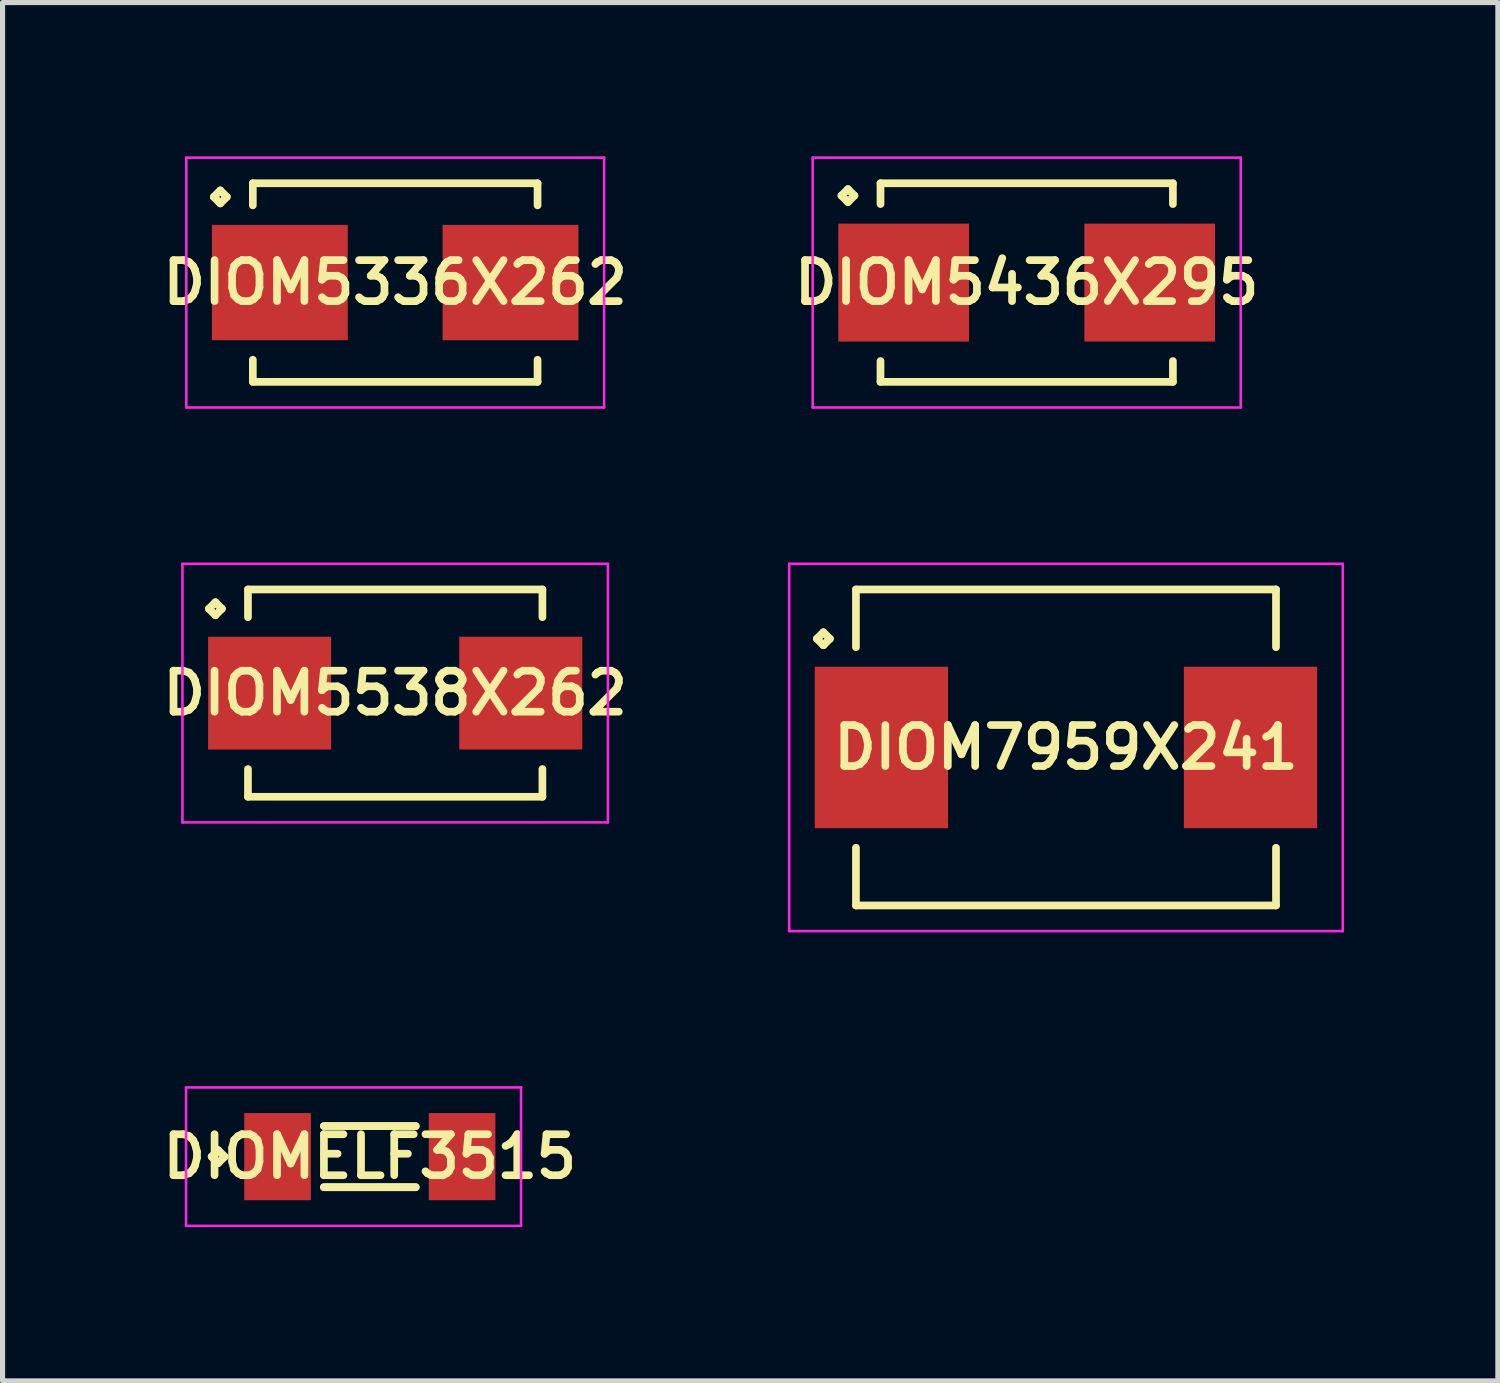
<source format=kicad_pcb>
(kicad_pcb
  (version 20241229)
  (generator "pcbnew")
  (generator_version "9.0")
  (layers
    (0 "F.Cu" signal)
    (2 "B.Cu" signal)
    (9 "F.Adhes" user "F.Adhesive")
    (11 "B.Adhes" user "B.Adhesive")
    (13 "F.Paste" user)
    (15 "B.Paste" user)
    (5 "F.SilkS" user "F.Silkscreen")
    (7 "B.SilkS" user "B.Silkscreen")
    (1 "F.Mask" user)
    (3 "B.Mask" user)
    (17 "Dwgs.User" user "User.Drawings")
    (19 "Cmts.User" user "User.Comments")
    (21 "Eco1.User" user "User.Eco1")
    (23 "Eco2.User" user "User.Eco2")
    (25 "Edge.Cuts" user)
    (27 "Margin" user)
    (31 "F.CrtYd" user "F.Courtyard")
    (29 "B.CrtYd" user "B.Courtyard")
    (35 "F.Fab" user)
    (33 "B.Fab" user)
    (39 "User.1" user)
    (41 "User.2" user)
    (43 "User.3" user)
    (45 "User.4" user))
  (footprint "DIOM5538X262"
    (layer "F.Cu")
    (at 4.659 10.471)
    (property "Reference" "DIOM5538X262" (at 0 0 0) (layer "F.SilkS") (effects (font (size 0.8 0.8) (thickness 0.15))))
    (attr smd)
    (fp_line (start -3.634 -1.646) (end -3.507 -1.773) (stroke (width 0.15) (type solid)) (layer "F.SilkS"))
    (fp_line (start -3.507 -1.773) (end -3.38 -1.646) (stroke (width 0.15) (type solid)) (layer "F.SilkS"))
    (fp_line (start -3.507 -1.519) (end -3.634 -1.646) (stroke (width 0.15) (type solid)) (layer "F.SilkS"))
    (fp_line (start -3.38 -1.646) (end -3.507 -1.519) (stroke (width 0.15) (type solid)) (layer "F.SilkS"))
    (fp_line (start -2.872 -2.022) (end 2.872 -2.022) (stroke (width 0.15) (type solid)) (layer "F.SilkS"))
    (fp_line (start -2.872 -1.481) (end -2.872 -2.022) (stroke (width 0.15) (type solid)) (layer "F.SilkS"))
    (fp_line (start -2.872 1.481) (end -2.872 2.022) (stroke (width 0.15) (type solid)) (layer "F.SilkS"))
    (fp_line (start -2.872 2.022) (end 2.872 2.022) (stroke (width 0.15) (type solid)) (layer "F.SilkS"))
    (fp_line (start 2.872 -2.022) (end 2.872 -1.481) (stroke (width 0.15) (type solid)) (layer "F.SilkS"))
    (fp_line (start 2.872 2.022) (end 2.872 1.481) (stroke (width 0.15) (type solid)) (layer "F.SilkS"))
    (fp_line (start -4.15 -2.522) (end 4.15 -2.522) (stroke (width 0.05) (type solid)) (layer "F.CrtYd"))
    (fp_line (start -4.15 2.522) (end -4.15 -2.522) (stroke (width 0.05) (type solid)) (layer "F.CrtYd"))
    (fp_line (start 4.15 -2.522) (end 4.15 2.522) (stroke (width 0.05) (type solid)) (layer "F.CrtYd"))
    (fp_line (start 4.15 2.522) (end -4.15 2.522) (stroke (width 0.05) (type solid)) (layer "F.CrtYd"))
    (pad "1" smd rect (at -2.45 0) (size 2.4 2.2) (layers "F.Cu" "F.Mask" "F.Paste"))
    (pad "2" smd rect (at 2.45 0) (size 2.4 2.2) (layers "F.Cu" "F.Mask" "F.Paste")))
  (footprint "DIOM7959X241"
    (layer "F.Cu")
    (at 17.744 11.531)
    (property "Reference" "DIOM7959X241" (at 0 0 0) (layer "F.SilkS") (effects (font (size 0.8 0.8) (thickness 0.15))))
    (attr smd)
    (fp_line (start -4.859 -2.121) (end -4.732 -2.248) (stroke (width 0.15) (type solid)) (layer "F.SilkS"))
    (fp_line (start -4.732 -2.248) (end -4.605 -2.121) (stroke (width 0.15) (type solid)) (layer "F.SilkS"))
    (fp_line (start -4.732 -1.994) (end -4.859 -2.121) (stroke (width 0.15) (type solid)) (layer "F.SilkS"))
    (fp_line (start -4.605 -2.121) (end -4.732 -1.994) (stroke (width 0.15) (type solid)) (layer "F.SilkS"))
    (fp_line (start -4.097 -3.082) (end 4.097 -3.082) (stroke (width 0.15) (type solid)) (layer "F.SilkS"))
    (fp_line (start -4.097 -1.956) (end -4.097 -3.082) (stroke (width 0.15) (type solid)) (layer "F.SilkS"))
    (fp_line (start -4.097 1.956) (end -4.097 3.082) (stroke (width 0.15) (type solid)) (layer "F.SilkS"))
    (fp_line (start -4.097 3.082) (end 4.097 3.082) (stroke (width 0.15) (type solid)) (layer "F.SilkS"))
    (fp_line (start 4.097 -3.082) (end 4.097 -1.956) (stroke (width 0.15) (type solid)) (layer "F.SilkS"))
    (fp_line (start 4.097 3.082) (end 4.097 1.956) (stroke (width 0.15) (type solid)) (layer "F.SilkS"))
    (fp_line (start -5.4 -3.582) (end 5.4 -3.582) (stroke (width 0.05) (type solid)) (layer "F.CrtYd"))
    (fp_line (start -5.4 3.582) (end -5.4 -3.582) (stroke (width 0.05) (type solid)) (layer "F.CrtYd"))
    (fp_line (start 5.4 -3.582) (end 5.4 3.582) (stroke (width 0.05) (type solid)) (layer "F.CrtYd"))
    (fp_line (start 5.4 3.582) (end -5.4 3.582) (stroke (width 0.05) (type solid)) (layer "F.CrtYd"))
    (pad "1" smd rect (at -3.6 0) (size 2.6 3.15) (layers "F.Cu" "F.Mask" "F.Paste"))
    (pad "2" smd rect (at 3.6 0) (size 2.6 3.15) (layers "F.Cu" "F.Mask" "F.Paste")))
  (footprint "DIOM5436X295"
    (layer "F.Cu")
    (at 16.978 2.462)
    (property "Reference" "DIOM5436X295" (at 0 0 0) (layer "F.SilkS") (effects (font (size 0.8 0.8) (thickness 0.15))))
    (attr smd)
    (fp_line (start -3.614 -1.696) (end -3.487 -1.823) (stroke (width 0.15) (type solid)) (layer "F.SilkS"))
    (fp_line (start -3.487 -1.823) (end -3.36 -1.696) (stroke (width 0.15) (type solid)) (layer "F.SilkS"))
    (fp_line (start -3.487 -1.569) (end -3.614 -1.696) (stroke (width 0.15) (type solid)) (layer "F.SilkS"))
    (fp_line (start -3.36 -1.696) (end -3.487 -1.569) (stroke (width 0.15) (type solid)) (layer "F.SilkS"))
    (fp_line (start -2.852 -1.937) (end 2.852 -1.937) (stroke (width 0.15) (type solid)) (layer "F.SilkS"))
    (fp_line (start -2.852 -1.531) (end -2.852 -1.937) (stroke (width 0.15) (type solid)) (layer "F.SilkS"))
    (fp_line (start -2.852 1.531) (end -2.852 1.937) (stroke (width 0.15) (type solid)) (layer "F.SilkS"))
    (fp_line (start -2.852 1.937) (end 2.852 1.937) (stroke (width 0.15) (type solid)) (layer "F.SilkS"))
    (fp_line (start 2.852 -1.937) (end 2.852 -1.531) (stroke (width 0.15) (type solid)) (layer "F.SilkS"))
    (fp_line (start 2.852 1.937) (end 2.852 1.531) (stroke (width 0.15) (type solid)) (layer "F.SilkS"))
    (fp_line (start -4.175 -2.437) (end 4.175 -2.437) (stroke (width 0.05) (type solid)) (layer "F.CrtYd"))
    (fp_line (start -4.175 2.437) (end -4.175 -2.437) (stroke (width 0.05) (type solid)) (layer "F.CrtYd"))
    (fp_line (start 4.175 -2.437) (end 4.175 2.437) (stroke (width 0.05) (type solid)) (layer "F.CrtYd"))
    (fp_line (start 4.175 2.437) (end -4.175 2.437) (stroke (width 0.05) (type solid)) (layer "F.CrtYd"))
    (pad "1" smd rect (at -2.4 0) (size 2.55 2.3) (layers "F.Cu" "F.Mask" "F.Paste"))
    (pad "2" smd rect (at 2.4 0) (size 2.55 2.3) (layers "F.Cu" "F.Mask" "F.Paste")))
  (footprint "DIOMELF3515"
    (layer "F.Cu")
    (at 4.164 19.513)
    (property "Reference" "DIOMELF3515" (at 0 0 0) (layer "F.SilkS") (effects (font (size 0.8 0.8) (thickness 0.15))))
    (attr smd)
    (fp_line (start -3.085 0) (end -2.958 -0.127) (stroke (width 0.15) (type solid)) (layer "F.SilkS"))
    (fp_line (start -2.958 -0.127) (end -2.831 0) (stroke (width 0.15) (type solid)) (layer "F.SilkS"))
    (fp_line (start -2.958 0.127) (end -3.085 0) (stroke (width 0.15) (type solid)) (layer "F.SilkS"))
    (fp_line (start -2.831 0) (end -2.958 0.127) (stroke (width 0.15) (type solid)) (layer "F.SilkS"))
    (fp_line (start -0.896 -0.596) (end 0.896 -0.596) (stroke (width 0.15) (type solid)) (layer "F.SilkS"))
    (fp_line (start -0.896 0.596) (end 0.896 0.596) (stroke (width 0.15) (type solid)) (layer "F.SilkS"))
    (fp_line (start 0.896 -0.596) (end -0.896 -0.596) (stroke (width 0.15) (type solid)) (layer "F.SilkS"))
    (fp_line (start 0.896 0.596) (end -0.896 0.596) (stroke (width 0.15) (type solid)) (layer "F.SilkS"))
    (fp_line (start -3.585 -1.35) (end 2.95 -1.35) (stroke (width 0.05) (type solid)) (layer "F.CrtYd"))
    (fp_line (start -3.585 1.35) (end -3.585 -1.35) (stroke (width 0.05) (type solid)) (layer "F.CrtYd"))
    (fp_line (start 2.95 -1.35) (end 2.95 1.35) (stroke (width 0.05) (type solid)) (layer "F.CrtYd"))
    (fp_line (start 2.95 1.35) (end -3.585 1.35) (stroke (width 0.05) (type solid)) (layer "F.CrtYd"))
    (pad "1" smd rect (at -1.8 0) (size 1.3 1.7) (layers "F.Cu" "F.Mask" "F.Paste"))
    (pad "2" smd rect (at 1.8 0) (size 1.3 1.7) (layers "F.Cu" "F.Mask" "F.Paste")))
  (footprint "DIOM5336X262"
    (layer "F.Cu")
    (at 4.659 2.462)
    (property "Reference" "DIOM5336X262" (at 0 0 0) (layer "F.SilkS") (effects (font (size 0.8 0.8) (thickness 0.15))))
    (attr smd)
    (fp_line (start -3.539 -1.671) (end -3.412 -1.798) (stroke (width 0.15) (type solid)) (layer "F.SilkS"))
    (fp_line (start -3.412 -1.798) (end -3.285 -1.671) (stroke (width 0.15) (type solid)) (layer "F.SilkS"))
    (fp_line (start -3.412 -1.544) (end -3.539 -1.671) (stroke (width 0.15) (type solid)) (layer "F.SilkS"))
    (fp_line (start -3.285 -1.671) (end -3.412 -1.544) (stroke (width 0.15) (type solid)) (layer "F.SilkS"))
    (fp_line (start -2.777 -1.937) (end 2.777 -1.937) (stroke (width 0.15) (type solid)) (layer "F.SilkS"))
    (fp_line (start -2.777 -1.506) (end -2.777 -1.937) (stroke (width 0.15) (type solid)) (layer "F.SilkS"))
    (fp_line (start -2.777 1.506) (end -2.777 1.937) (stroke (width 0.15) (type solid)) (layer "F.SilkS"))
    (fp_line (start -2.777 1.937) (end 2.777 1.937) (stroke (width 0.15) (type solid)) (layer "F.SilkS"))
    (fp_line (start 2.777 -1.937) (end 2.777 -1.506) (stroke (width 0.15) (type solid)) (layer "F.SilkS"))
    (fp_line (start 2.777 1.937) (end 2.777 1.506) (stroke (width 0.15) (type solid)) (layer "F.SilkS"))
    (fp_line (start -4.075 -2.437) (end 4.075 -2.437) (stroke (width 0.05) (type solid)) (layer "F.CrtYd"))
    (fp_line (start -4.075 2.437) (end -4.075 -2.437) (stroke (width 0.05) (type solid)) (layer "F.CrtYd"))
    (fp_line (start 4.075 -2.437) (end 4.075 2.437) (stroke (width 0.05) (type solid)) (layer "F.CrtYd"))
    (fp_line (start 4.075 2.437) (end -4.075 2.437) (stroke (width 0.05) (type solid)) (layer "F.CrtYd"))
    (pad "1" smd rect (at -2.25 0) (size 2.65 2.25) (layers "F.Cu" "F.Mask" "F.Paste"))
    (pad "2" smd rect (at 2.25 0) (size 2.65 2.25) (layers "F.Cu" "F.Mask" "F.Paste")))
  (gr_rect
    (start -3 -3)
    (end 26.169 23.888)
    (stroke (width 0.1) (type default))
    (fill no)
    (layer "Edge.Cuts")))
</source>
